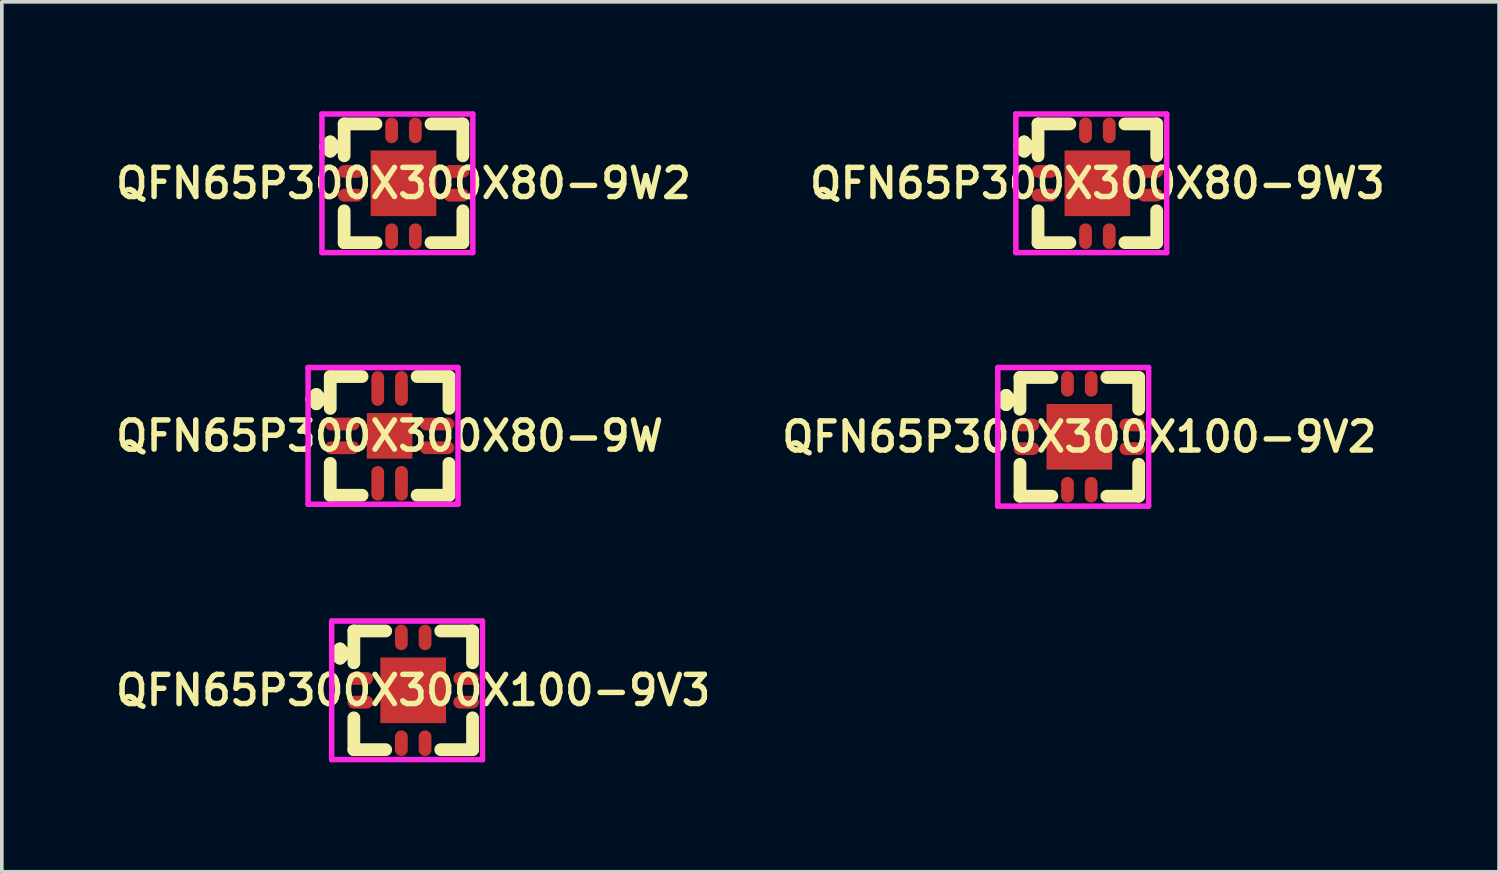
<source format=kicad_pcb>
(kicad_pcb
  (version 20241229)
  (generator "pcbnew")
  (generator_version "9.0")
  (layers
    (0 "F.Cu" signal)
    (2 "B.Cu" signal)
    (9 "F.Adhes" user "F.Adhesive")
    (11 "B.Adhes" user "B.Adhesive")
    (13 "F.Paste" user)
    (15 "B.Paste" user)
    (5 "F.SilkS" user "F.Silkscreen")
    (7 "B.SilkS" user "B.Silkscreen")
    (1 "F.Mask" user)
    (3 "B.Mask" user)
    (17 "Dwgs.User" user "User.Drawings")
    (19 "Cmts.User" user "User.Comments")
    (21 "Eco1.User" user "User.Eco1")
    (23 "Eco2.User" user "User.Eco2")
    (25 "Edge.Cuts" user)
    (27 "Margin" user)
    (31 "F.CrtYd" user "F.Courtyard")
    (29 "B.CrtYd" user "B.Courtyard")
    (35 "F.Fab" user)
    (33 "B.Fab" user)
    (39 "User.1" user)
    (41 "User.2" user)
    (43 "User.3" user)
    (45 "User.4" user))
  (footprint "QFN65P300X300X80-9W"
    (layer "F.Cu")
    (at 7.631 8.9)
    (property "Reference" "QFN65P300X300X80-9W" (at 0 0 0) (layer "F.SilkS") (effects (font (size 0.8 0.8) (thickness 0.15))))
    (attr smd)
    (fp_line (start -2.135 -1.008) (end -2.008 -1.135) (stroke (width 0.35) (type solid)) (layer "F.SilkS"))
    (fp_line (start -2.008 -1.135) (end -1.881 -1.008) (stroke (width 0.35) (type solid)) (layer "F.SilkS"))
    (fp_line (start -2.008 -0.881) (end -2.135 -1.008) (stroke (width 0.35) (type solid)) (layer "F.SilkS"))
    (fp_line (start -1.881 -1.008) (end -2.008 -0.881) (stroke (width 0.35) (type solid)) (layer "F.SilkS"))
    (fp_line (start -1.627 -1.627) (end -0.754 -1.627) (stroke (width 0.35) (type solid)) (layer "F.SilkS"))
    (fp_line (start -1.627 -0.754) (end -1.627 -1.627) (stroke (width 0.35) (type solid)) (layer "F.SilkS"))
    (fp_line (start -1.627 0.754) (end -1.627 1.627) (stroke (width 0.35) (type solid)) (layer "F.SilkS"))
    (fp_line (start -1.627 1.627) (end -0.754 1.627) (stroke (width 0.35) (type solid)) (layer "F.SilkS"))
    (fp_line (start 0.754 -1.627) (end 1.627 -1.627) (stroke (width 0.35) (type solid)) (layer "F.SilkS"))
    (fp_line (start 0.754 1.627) (end 1.627 1.627) (stroke (width 0.35) (type solid)) (layer "F.SilkS"))
    (fp_line (start 1.627 -1.627) (end 1.627 -0.754) (stroke (width 0.35) (type solid)) (layer "F.SilkS"))
    (fp_line (start 1.627 1.627) (end 1.627 0.754) (stroke (width 0.35) (type solid)) (layer "F.SilkS"))
    (fp_line (start -2.235 -1.875) (end 1.875 -1.875) (stroke (width 0.15) (type solid)) (layer "F.CrtYd"))
    (fp_line (start -2.235 1.875) (end -2.235 -1.875) (stroke (width 0.15) (type solid)) (layer "F.CrtYd"))
    (fp_line (start 1.875 -1.875) (end 1.875 1.875) (stroke (width 0.15) (type solid)) (layer "F.CrtYd"))
    (fp_line (start 1.875 1.875) (end -2.235 1.875) (stroke (width 0.15) (type solid)) (layer "F.CrtYd"))
    (pad "1" smd oval (at -1.3 -0.325) (size 0.95 0.35) (layers "F.Cu" "F.Mask" "F.Paste"))
    (pad "2" smd oval (at -1.3 0.325) (size 0.95 0.35) (layers "F.Cu" "F.Mask" "F.Paste"))
    (pad "3" smd oval (at -0.325 1.3) (size 0.35 0.95) (layers "F.Cu" "F.Mask" "F.Paste"))
    (pad "4" smd oval (at 0.325 1.3) (size 0.35 0.95) (layers "F.Cu" "F.Mask" "F.Paste"))
    (pad "5" smd oval (at 1.3 0.325) (size 0.95 0.35) (layers "F.Cu" "F.Mask" "F.Paste"))
    (pad "6" smd oval (at 1.3 -0.325) (size 0.95 0.35) (layers "F.Cu" "F.Mask" "F.Paste"))
    (pad "7" smd oval (at 0.325 -1.3) (size 0.35 0.95) (layers "F.Cu" "F.Mask" "F.Paste"))
    (pad "8" smd oval (at -0.325 -1.3) (size 0.35 0.95) (layers "F.Cu" "F.Mask" "F.Paste"))
    (pad "9" smd rect (at 0 0) (size 1.25 1.25) (layers "F.Cu" "F.Mask" "F.Paste")))
  (footprint "QFN65P300X300X80-9W2"
    (layer "F.Cu")
    (at 8.012 1.975)
    (property "Reference" "QFN65P300X300X80-9W2" (at 0 0 0) (layer "F.SilkS") (effects (font (size 0.8 0.8) (thickness 0.15))))
    (attr smd)
    (fp_line (start -2.135 -1.008) (end -2.008 -1.135) (stroke (width 0.35) (type solid)) (layer "F.SilkS"))
    (fp_line (start -2.008 -1.135) (end -1.881 -1.008) (stroke (width 0.35) (type solid)) (layer "F.SilkS"))
    (fp_line (start -2.008 -0.881) (end -2.135 -1.008) (stroke (width 0.35) (type solid)) (layer "F.SilkS"))
    (fp_line (start -1.881 -1.008) (end -2.008 -0.881) (stroke (width 0.35) (type solid)) (layer "F.SilkS"))
    (fp_line (start -1.627 -1.627) (end -0.754 -1.627) (stroke (width 0.35) (type solid)) (layer "F.SilkS"))
    (fp_line (start -1.627 -0.754) (end -1.627 -1.627) (stroke (width 0.35) (type solid)) (layer "F.SilkS"))
    (fp_line (start -1.627 0.754) (end -1.627 1.627) (stroke (width 0.35) (type solid)) (layer "F.SilkS"))
    (fp_line (start -1.627 1.627) (end -0.754 1.627) (stroke (width 0.35) (type solid)) (layer "F.SilkS"))
    (fp_line (start 0.754 -1.627) (end 1.627 -1.627) (stroke (width 0.35) (type solid)) (layer "F.SilkS"))
    (fp_line (start 0.754 1.627) (end 1.627 1.627) (stroke (width 0.35) (type solid)) (layer "F.SilkS"))
    (fp_line (start 1.627 -1.627) (end 1.627 -0.754) (stroke (width 0.35) (type solid)) (layer "F.SilkS"))
    (fp_line (start 1.627 1.627) (end 1.627 0.754) (stroke (width 0.35) (type solid)) (layer "F.SilkS"))
    (fp_line (start -2.235 -1.9) (end 1.9 -1.9) (stroke (width 0.15) (type solid)) (layer "F.CrtYd"))
    (fp_line (start -2.235 1.9) (end -2.235 -1.9) (stroke (width 0.15) (type solid)) (layer "F.CrtYd"))
    (fp_line (start 1.9 -1.9) (end 1.9 1.9) (stroke (width 0.15) (type solid)) (layer "F.CrtYd"))
    (fp_line (start 1.9 1.9) (end -2.235 1.9) (stroke (width 0.15) (type solid)) (layer "F.CrtYd"))
    (pad "1" smd oval (at -1.45 -0.325) (size 0.7 0.35) (layers "F.Cu" "F.Mask" "F.Paste"))
    (pad "2" smd oval (at -1.45 0.325) (size 0.7 0.35) (layers "F.Cu" "F.Mask" "F.Paste"))
    (pad "3" smd oval (at -0.325 1.45) (size 0.35 0.7) (layers "F.Cu" "F.Mask" "F.Paste"))
    (pad "4" smd oval (at 0.325 1.45) (size 0.35 0.7) (layers "F.Cu" "F.Mask" "F.Paste"))
    (pad "5" smd oval (at 1.45 0.325) (size 0.7 0.35) (layers "F.Cu" "F.Mask" "F.Paste"))
    (pad "6" smd oval (at 1.45 -0.325) (size 0.7 0.35) (layers "F.Cu" "F.Mask" "F.Paste"))
    (pad "7" smd oval (at 0.325 -1.45) (size 0.35 0.7) (layers "F.Cu" "F.Mask" "F.Paste"))
    (pad "8" smd oval (at -0.325 -1.45) (size 0.35 0.7) (layers "F.Cu" "F.Mask" "F.Paste"))
    (pad "9" smd rect (at 0 0) (size 1.8 1.8) (layers "F.Cu" "F.Mask" "F.Paste")))
  (footprint "QFN65P300X300X100-9V2"
    (layer "F.Cu")
    (at 26.54 8.925)
    (property "Reference" "QFN65P300X300X100-9V2" (at 0 0 0) (layer "F.SilkS") (effects (font (size 0.8 0.8) (thickness 0.15))))
    (attr smd)
    (fp_line (start -2.135 -1.008) (end -2.008 -1.135) (stroke (width 0.35) (type solid)) (layer "F.SilkS"))
    (fp_line (start -2.008 -1.135) (end -1.881 -1.008) (stroke (width 0.35) (type solid)) (layer "F.SilkS"))
    (fp_line (start -2.008 -0.881) (end -2.135 -1.008) (stroke (width 0.35) (type solid)) (layer "F.SilkS"))
    (fp_line (start -1.881 -1.008) (end -2.008 -0.881) (stroke (width 0.35) (type solid)) (layer "F.SilkS"))
    (fp_line (start -1.627 -1.627) (end -0.754 -1.627) (stroke (width 0.35) (type solid)) (layer "F.SilkS"))
    (fp_line (start -1.627 -0.754) (end -1.627 -1.627) (stroke (width 0.35) (type solid)) (layer "F.SilkS"))
    (fp_line (start -1.627 0.754) (end -1.627 1.627) (stroke (width 0.35) (type solid)) (layer "F.SilkS"))
    (fp_line (start -1.627 1.627) (end -0.754 1.627) (stroke (width 0.35) (type solid)) (layer "F.SilkS"))
    (fp_line (start 0.754 -1.627) (end 1.627 -1.627) (stroke (width 0.35) (type solid)) (layer "F.SilkS"))
    (fp_line (start 0.754 1.627) (end 1.627 1.627) (stroke (width 0.35) (type solid)) (layer "F.SilkS"))
    (fp_line (start 1.627 -1.627) (end 1.627 -0.754) (stroke (width 0.35) (type solid)) (layer "F.SilkS"))
    (fp_line (start 1.627 1.627) (end 1.627 0.754) (stroke (width 0.35) (type solid)) (layer "F.SilkS"))
    (fp_line (start -2.235 -1.9) (end 1.9 -1.9) (stroke (width 0.15) (type solid)) (layer "F.CrtYd"))
    (fp_line (start -2.235 1.9) (end -2.235 -1.9) (stroke (width 0.15) (type solid)) (layer "F.CrtYd"))
    (fp_line (start 1.9 -1.9) (end 1.9 1.9) (stroke (width 0.15) (type solid)) (layer "F.CrtYd"))
    (fp_line (start 1.9 1.9) (end -2.235 1.9) (stroke (width 0.15) (type solid)) (layer "F.CrtYd"))
    (pad "1" smd oval (at -1.45 -0.325) (size 0.7 0.35) (layers "F.Cu" "F.Mask" "F.Paste"))
    (pad "2" smd oval (at -1.45 0.325) (size 0.7 0.35) (layers "F.Cu" "F.Mask" "F.Paste"))
    (pad "3" smd oval (at -0.325 1.45) (size 0.35 0.7) (layers "F.Cu" "F.Mask" "F.Paste"))
    (pad "4" smd oval (at 0.325 1.45) (size 0.35 0.7) (layers "F.Cu" "F.Mask" "F.Paste"))
    (pad "5" smd oval (at 1.45 0.325) (size 0.7 0.35) (layers "F.Cu" "F.Mask" "F.Paste"))
    (pad "6" smd oval (at 1.45 -0.325) (size 0.7 0.35) (layers "F.Cu" "F.Mask" "F.Paste"))
    (pad "7" smd oval (at 0.325 -1.45) (size 0.35 0.7) (layers "F.Cu" "F.Mask" "F.Paste"))
    (pad "8" smd oval (at -0.325 -1.45) (size 0.35 0.7) (layers "F.Cu" "F.Mask" "F.Paste"))
    (pad "9" smd rect (at 0 0) (size 1.8 1.8) (layers "F.Cu" "F.Mask" "F.Paste")))
  (footprint "QFN65P300X300X100-9V3"
    (layer "F.Cu")
    (at 8.278 15.875)
    (property "Reference" "QFN65P300X300X100-9V3" (at 0 0 0) (layer "F.SilkS") (effects (font (size 0.8 0.8) (thickness 0.15))))
    (attr smd)
    (fp_line (start -2.135 -1.008) (end -2.008 -1.135) (stroke (width 0.35) (type solid)) (layer "F.SilkS"))
    (fp_line (start -2.008 -1.135) (end -1.881 -1.008) (stroke (width 0.35) (type solid)) (layer "F.SilkS"))
    (fp_line (start -2.008 -0.881) (end -2.135 -1.008) (stroke (width 0.35) (type solid)) (layer "F.SilkS"))
    (fp_line (start -1.881 -1.008) (end -2.008 -0.881) (stroke (width 0.35) (type solid)) (layer "F.SilkS"))
    (fp_line (start -1.627 -1.627) (end -0.754 -1.627) (stroke (width 0.35) (type solid)) (layer "F.SilkS"))
    (fp_line (start -1.627 -0.754) (end -1.627 -1.627) (stroke (width 0.35) (type solid)) (layer "F.SilkS"))
    (fp_line (start -1.627 0.754) (end -1.627 1.627) (stroke (width 0.35) (type solid)) (layer "F.SilkS"))
    (fp_line (start -1.627 1.627) (end -0.754 1.627) (stroke (width 0.35) (type solid)) (layer "F.SilkS"))
    (fp_line (start 0.754 -1.627) (end 1.627 -1.627) (stroke (width 0.35) (type solid)) (layer "F.SilkS"))
    (fp_line (start 0.754 1.627) (end 1.627 1.627) (stroke (width 0.35) (type solid)) (layer "F.SilkS"))
    (fp_line (start 1.627 -1.627) (end 1.627 -0.754) (stroke (width 0.35) (type solid)) (layer "F.SilkS"))
    (fp_line (start 1.627 1.627) (end 1.627 0.754) (stroke (width 0.35) (type solid)) (layer "F.SilkS"))
    (fp_line (start -2.235 -1.9) (end 1.9 -1.9) (stroke (width 0.15) (type solid)) (layer "F.CrtYd"))
    (fp_line (start -2.235 1.9) (end -2.235 -1.9) (stroke (width 0.15) (type solid)) (layer "F.CrtYd"))
    (fp_line (start 1.9 -1.9) (end 1.9 1.9) (stroke (width 0.15) (type solid)) (layer "F.CrtYd"))
    (fp_line (start 1.9 1.9) (end -2.235 1.9) (stroke (width 0.15) (type solid)) (layer "F.CrtYd"))
    (pad "1" smd oval (at -1.45 -0.325) (size 0.7 0.35) (layers "F.Cu" "F.Mask" "F.Paste"))
    (pad "2" smd oval (at -1.45 0.325) (size 0.7 0.35) (layers "F.Cu" "F.Mask" "F.Paste"))
    (pad "3" smd oval (at -0.325 1.45) (size 0.35 0.7) (layers "F.Cu" "F.Mask" "F.Paste"))
    (pad "4" smd oval (at 0.325 1.45) (size 0.35 0.7) (layers "F.Cu" "F.Mask" "F.Paste"))
    (pad "5" smd oval (at 1.45 0.325) (size 0.7 0.35) (layers "F.Cu" "F.Mask" "F.Paste"))
    (pad "6" smd oval (at 1.45 -0.325) (size 0.7 0.35) (layers "F.Cu" "F.Mask" "F.Paste"))
    (pad "7" smd oval (at 0.325 -1.45) (size 0.35 0.7) (layers "F.Cu" "F.Mask" "F.Paste"))
    (pad "8" smd oval (at -0.325 -1.45) (size 0.35 0.7) (layers "F.Cu" "F.Mask" "F.Paste"))
    (pad "9" smd rect (at 0 0) (size 1.8 1.8) (layers "F.Cu" "F.Mask" "F.Paste")))
  (footprint "QFN65P300X300X80-9W3"
    (layer "F.Cu")
    (at 27.035 1.975)
    (property "Reference" "QFN65P300X300X80-9W3" (at 0 0 0) (layer "F.SilkS") (effects (font (size 0.8 0.8) (thickness 0.15))))
    (attr smd)
    (fp_line (start -2.135 -1.008) (end -2.008 -1.135) (stroke (width 0.35) (type solid)) (layer "F.SilkS"))
    (fp_line (start -2.008 -1.135) (end -1.881 -1.008) (stroke (width 0.35) (type solid)) (layer "F.SilkS"))
    (fp_line (start -2.008 -0.881) (end -2.135 -1.008) (stroke (width 0.35) (type solid)) (layer "F.SilkS"))
    (fp_line (start -1.881 -1.008) (end -2.008 -0.881) (stroke (width 0.35) (type solid)) (layer "F.SilkS"))
    (fp_line (start -1.627 -1.627) (end -0.754 -1.627) (stroke (width 0.35) (type solid)) (layer "F.SilkS"))
    (fp_line (start -1.627 -0.754) (end -1.627 -1.627) (stroke (width 0.35) (type solid)) (layer "F.SilkS"))
    (fp_line (start -1.627 0.754) (end -1.627 1.627) (stroke (width 0.35) (type solid)) (layer "F.SilkS"))
    (fp_line (start -1.627 1.627) (end -0.754 1.627) (stroke (width 0.35) (type solid)) (layer "F.SilkS"))
    (fp_line (start 0.754 -1.627) (end 1.627 -1.627) (stroke (width 0.35) (type solid)) (layer "F.SilkS"))
    (fp_line (start 0.754 1.627) (end 1.627 1.627) (stroke (width 0.35) (type solid)) (layer "F.SilkS"))
    (fp_line (start 1.627 -1.627) (end 1.627 -0.754) (stroke (width 0.35) (type solid)) (layer "F.SilkS"))
    (fp_line (start 1.627 1.627) (end 1.627 0.754) (stroke (width 0.35) (type solid)) (layer "F.SilkS"))
    (fp_line (start -2.235 -1.9) (end 1.9 -1.9) (stroke (width 0.15) (type solid)) (layer "F.CrtYd"))
    (fp_line (start -2.235 1.9) (end -2.235 -1.9) (stroke (width 0.15) (type solid)) (layer "F.CrtYd"))
    (fp_line (start 1.9 -1.9) (end 1.9 1.9) (stroke (width 0.15) (type solid)) (layer "F.CrtYd"))
    (fp_line (start 1.9 1.9) (end -2.235 1.9) (stroke (width 0.15) (type solid)) (layer "F.CrtYd"))
    (pad "1" smd oval (at -1.45 -0.325) (size 0.7 0.35) (layers "F.Cu" "F.Mask" "F.Paste"))
    (pad "2" smd oval (at -1.45 0.325) (size 0.7 0.35) (layers "F.Cu" "F.Mask" "F.Paste"))
    (pad "3" smd oval (at -0.325 1.45) (size 0.35 0.7) (layers "F.Cu" "F.Mask" "F.Paste"))
    (pad "4" smd oval (at 0.325 1.45) (size 0.35 0.7) (layers "F.Cu" "F.Mask" "F.Paste"))
    (pad "5" smd oval (at 1.45 0.325) (size 0.7 0.35) (layers "F.Cu" "F.Mask" "F.Paste"))
    (pad "6" smd oval (at 1.45 -0.325) (size 0.7 0.35) (layers "F.Cu" "F.Mask" "F.Paste"))
    (pad "7" smd oval (at 0.325 -1.45) (size 0.35 0.7) (layers "F.Cu" "F.Mask" "F.Paste"))
    (pad "8" smd oval (at -0.325 -1.45) (size 0.35 0.7) (layers "F.Cu" "F.Mask" "F.Paste"))
    (pad "9" smd rect (at 0 0) (size 1.8 1.8) (layers "F.Cu" "F.Mask" "F.Paste")))
  (gr_rect
    (start -3 -3)
    (end 38.047 20.85)
    (stroke (width 0.1) (type default))
    (fill no)
    (layer "Edge.Cuts")))
</source>
